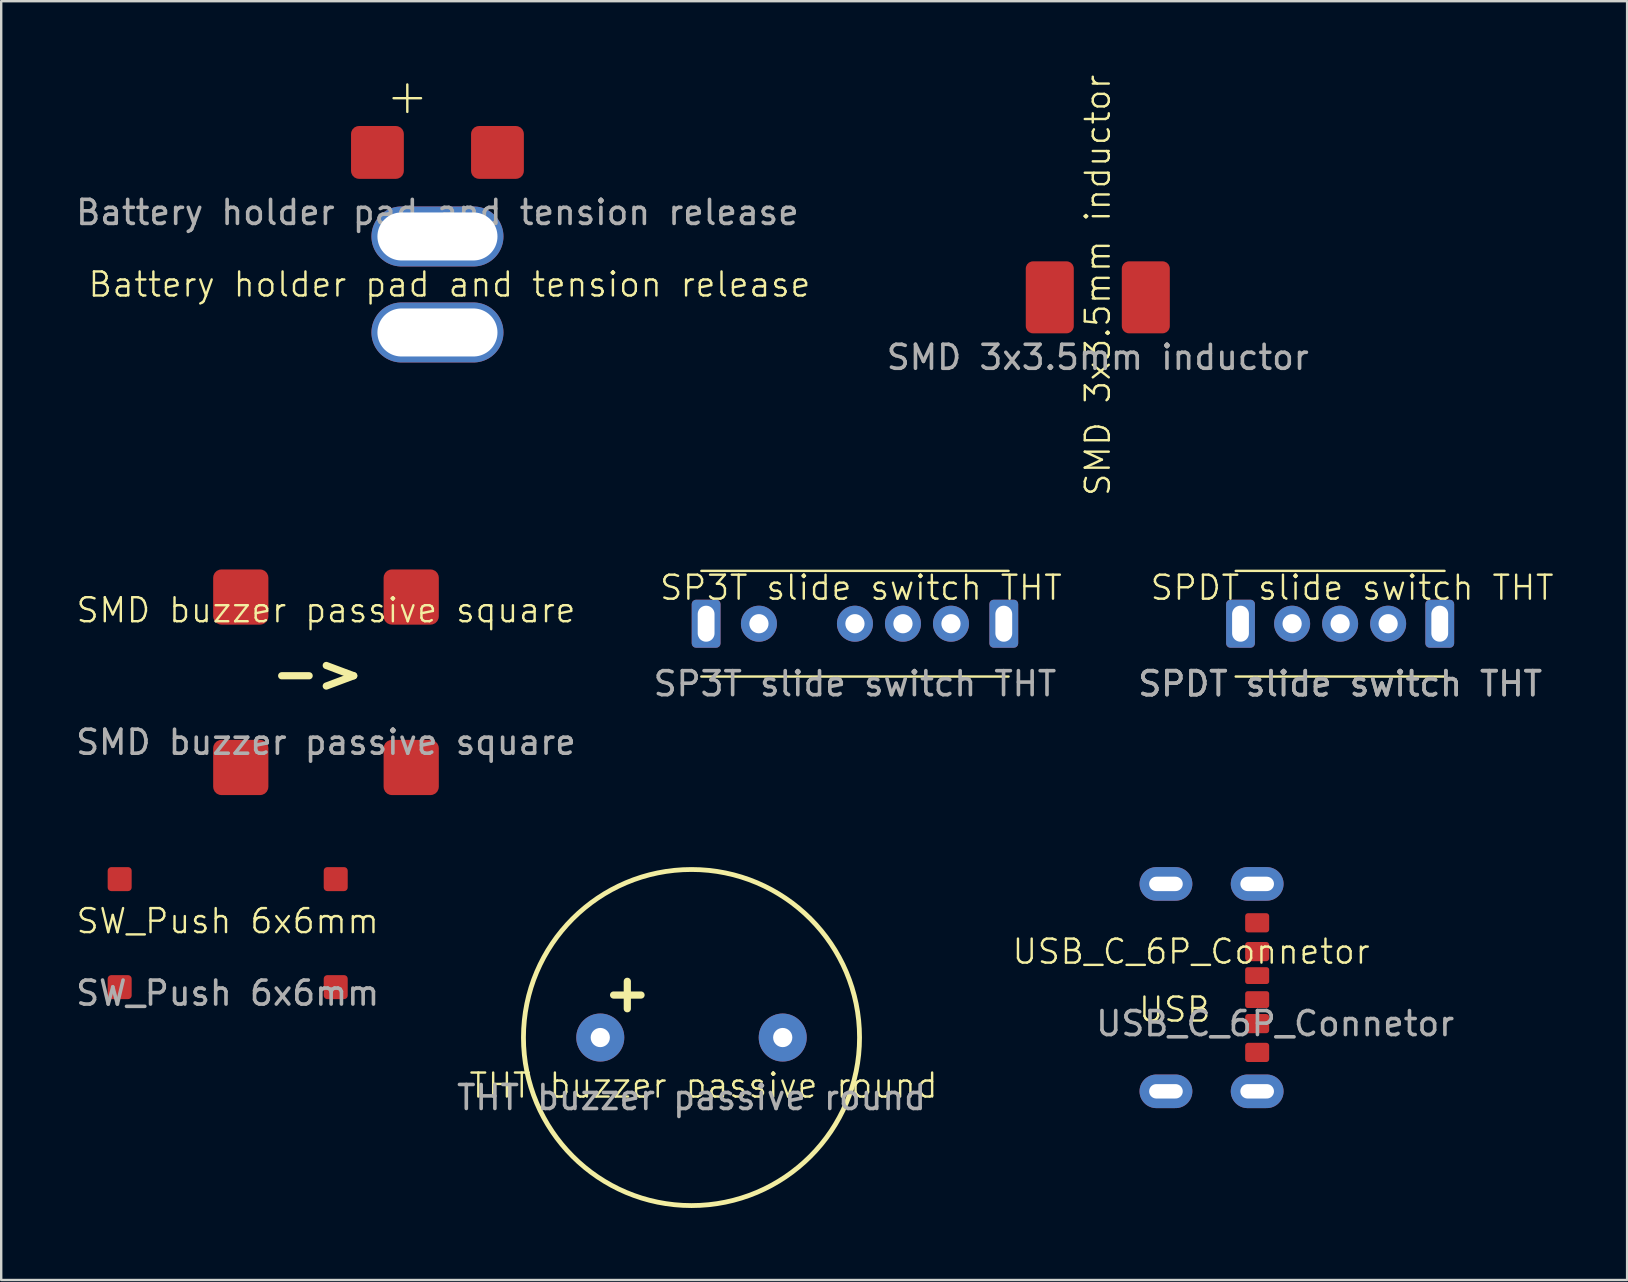
<source format=kicad_pcb>
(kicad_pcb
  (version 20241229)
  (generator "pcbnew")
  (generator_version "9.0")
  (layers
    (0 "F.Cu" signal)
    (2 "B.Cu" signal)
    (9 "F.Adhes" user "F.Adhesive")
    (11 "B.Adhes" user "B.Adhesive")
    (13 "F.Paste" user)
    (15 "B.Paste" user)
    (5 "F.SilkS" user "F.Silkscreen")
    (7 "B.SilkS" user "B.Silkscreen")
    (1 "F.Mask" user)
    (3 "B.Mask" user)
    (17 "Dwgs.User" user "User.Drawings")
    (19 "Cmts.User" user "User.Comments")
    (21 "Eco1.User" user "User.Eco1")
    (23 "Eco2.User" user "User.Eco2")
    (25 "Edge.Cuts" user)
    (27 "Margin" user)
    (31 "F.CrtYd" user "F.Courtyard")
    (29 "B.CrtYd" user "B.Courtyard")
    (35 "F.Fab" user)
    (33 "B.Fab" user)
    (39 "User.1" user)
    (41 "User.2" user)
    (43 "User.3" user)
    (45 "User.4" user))
  (footprint "SMD 3x3.5mm inductor"
    (layer "F.Cu")
    (at 42.681 9.336)
    (property "Reference" "SMD 3x3.5mm inductor" (at 0 -0.5 90) (unlocked yes) (layer "F.SilkS") (effects (font (size 1 1) (thickness 0.1))))
    (attr smd)
    (fp_text user "${REFERENCE}" (at 0 2.5 0) (unlocked yes) (layer "F.Fab") (effects (font (size 1 1) (thickness 0.15))))
    (pad "1" smd roundrect (at -2 0) (size 2 3) (layers "F.Cu" "F.Mask" "F.Paste") (roundrect_rratio 0.15))
    (pad "2" smd roundrect (at 2 0) (size 2 3) (layers "F.Cu" "F.Mask" "F.Paste") (roundrect_rratio 0.15)))
  (footprint "SP3T slide switch THT"
    (layer "F.Cu")
    (at 32.565 22.932)
    (property "Reference" "SP3T slide switch THT" (at 0.25 -1.5 0) (unlocked yes) (layer "F.SilkS") (effects (font (size 1 1) (thickness 0.1))))
    (attr smd)
    (fp_line (start 6.4 -2.2) (end -6.4 -2.2) (stroke (width 0.1) (type solid)) (layer "F.SilkS"))
    (fp_line (start 6.4 2.2) (end -6.4 2.2) (stroke (width 0.1) (type solid)) (layer "F.SilkS"))
    (fp_text user "${REFERENCE}" (at 0 2.5 0) (unlocked yes) (layer "F.Fab") (effects (font (size 1 1) (thickness 0.15))))
    (pad "" thru_hole roundrect (at -6.2 0) (size 1.2 2) (drill oval 0.7 1.5) (layers "*.Cu" "*.Mask") (roundrect_rratio 0.15))
    (pad "" thru_hole roundrect (at 6.2 0) (size 1.2 2) (drill oval 0.7 1.5) (layers "*.Cu" "*.Mask") (roundrect_rratio 0.15))
    (pad "1" thru_hole circle (at 4 0) (size 1.5 1.5) (drill 0.8) (layers "*.Cu" "*.Mask"))
    (pad "2" thru_hole circle (at 2 0) (size 1.5 1.5) (drill 0.8) (layers "*.Cu" "*.Mask"))
    (pad "3" thru_hole circle (at 0 0) (size 1.5 1.5) (drill 0.8) (layers "*.Cu" "*.Mask"))
    (pad "4" thru_hole circle (at -4 0) (size 1.5 1.5) (drill 0.8) (layers "*.Cu" "*.Mask")))
  (footprint "SPDT slide switch THT"
    (layer "F.Cu")
    (at 52.776 22.932)
    (property "Reference" "SPDT slide switch THT" (at 0.5 -1.5 0) (unlocked yes) (layer "F.SilkS") (effects (font (size 1 1) (thickness 0.1))))
    (attr smd)
    (fp_line (start 4.35 -2.2) (end -4.35 -2.2) (stroke (width 0.1) (type solid)) (layer "F.SilkS"))
    (fp_line (start 4.35 2.2) (end -4.35 2.2) (stroke (width 0.1) (type solid)) (layer "F.SilkS"))
    (fp_text user "${REFERENCE}" (at 0 2.5 0) (unlocked yes) (layer "F.Fab") (effects (font (size 1 1) (thickness 0.15))))
    (fp_text user "${REFERENCE}" (at 0 2.5 0) (unlocked yes) (layer "F.Fab") (effects (font (size 1 1) (thickness 0.15))))
    (pad "" thru_hole roundrect (at -4.15 0) (size 1.2 2) (drill oval 0.7 1.5) (layers "*.Cu" "*.Mask") (roundrect_rratio 0.15))
    (pad "" thru_hole roundrect (at 4.15 0) (size 1.2 2) (drill oval 0.7 1.5) (layers "*.Cu" "*.Mask") (roundrect_rratio 0.15))
    (pad "1" thru_hole circle (at -2 0) (size 1.5 1.5) (drill 0.8) (layers "*.Cu" "*.Mask"))
    (pad "2" thru_hole circle (at 0 0) (size 1.5 1.5) (drill 0.8) (layers "*.Cu" "*.Mask"))
    (pad "3" thru_hole circle (at 2 0) (size 1.5 1.5) (drill 0.8) (layers "*.Cu" "*.Mask")))
  (footprint "Battery holder pad and tension release"
    (layer "F.Cu")
    (at 15.173 3.3)
    (property "Reference" "Battery holder pad and tension release" (at 0.5 5.5 0) (unlocked yes) (layer "F.SilkS") (effects (font (size 1 1) (thickness 0.1))))
    (attr smd)
    (fp_text user "+" (at -2.25 -1.5 0) (unlocked yes) (layer "F.SilkS") (effects (font (size 1.5 1.5) (thickness 0.1)) (justify left bottom)))
    (fp_text user "${REFERENCE}" (at 0 2.5 0) (unlocked yes) (layer "F.Fab") (effects (font (size 1 1) (thickness 0.15))))
    (pad "" np_thru_hole oval (at 0 3.5) (size 5.5 2.5) (drill oval 5 2) (layers "*.Cu" "*.Mask"))
    (pad "" np_thru_hole oval (at 0 7.5) (size 5.5 2.5) (drill oval 5 2) (layers "*.Cu" "*.Mask"))
    (pad "1" smd roundrect (at -2.5 0) (size 2.2 2.2) (layers "F.Cu" "F.Mask" "F.Paste") (roundrect_rratio 0.15))
    (pad "2" smd roundrect (at 2.5 0) (size 2.2 2.2) (layers "F.Cu" "F.Mask" "F.Paste") (roundrect_rratio 0.15)))
  (footprint "SMD buzzer passive square"
    (layer "F.Cu")
    (at 10.53 25.371)
    (property "Reference" "SMD buzzer passive square" (at 0 -3 0) (unlocked yes) (layer "F.SilkS") (effects (font (size 1 1) (thickness 0.1))))
    (attr smd)
    (fp_text user "->" (at -2.4 0.5 0) (unlocked yes) (layer "F.SilkS") (effects (font (size 1.5 1.5) (thickness 0.3) (bold yes)) (justify left bottom)))
    (fp_text user "${REFERENCE}" (at 0 2.5 0) (unlocked yes) (layer "F.Fab") (effects (font (size 1 1) (thickness 0.15))))
    (pad "" smd roundrect (at 3.55 -3.55) (size 2.3 2.3) (layers "F.Cu" "F.Mask" "F.Paste") (roundrect_rratio 0.15))
    (pad "" smd roundrect (at 3.55 3.55) (size 2.3 2.3) (layers "F.Cu" "F.Mask" "F.Paste") (roundrect_rratio 0.15))
    (pad "1" smd roundrect (at -3.55 -3.55) (size 2.3 2.3) (layers "F.Cu" "F.Mask" "F.Paste") (roundrect_rratio 0.15))
    (pad "2" smd roundrect (at -3.55 3.55) (size 2.3 2.3) (layers "F.Cu" "F.Mask" "F.Paste") (roundrect_rratio 0.15)))
  (footprint "THT buzzer passive round"
    (layer "F.Cu")
    (at 25.756 40.171)
    (property "Reference" "THT buzzer passive round" (at 0.5 2 0) (unlocked yes) (layer "F.SilkS") (effects (font (size 1 1) (thickness 0.1))))
    (attr smd)
    (fp_circle (center 0 0) (end 7 0) (stroke (width 0.2) (type solid)) (fill no) (layer "F.SilkS"))
    (fp_text user "+" (at -3.8 -1 0) (unlocked yes) (layer "F.SilkS") (effects (font (size 1.5 1.5) (thickness 0.3) (bold yes)) (justify left bottom)))
    (fp_text user "${REFERENCE}" (at 0 2.5 0) (unlocked yes) (layer "F.Fab") (effects (font (size 1 1) (thickness 0.15))))
    (pad "1" thru_hole circle (at -3.8 0) (size 2 2) (drill 0.8) (layers "*.Cu" "*.Mask"))
    (pad "2" thru_hole circle (at 3.8 0) (size 2 2) (drill 0.8) (layers "*.Cu" "*.Mask")))
  (footprint "SW_Push 6x6mm"
    (layer "F.Cu")
    (at 6.435 35.821)
    (property "Reference" "SW_Push 6x6mm" (at 0 -0.5 0) (unlocked yes) (layer "F.SilkS") (effects (font (size 1 1) (thickness 0.1))))
    (attr smd)
    (fp_text user "${REFERENCE}" (at 0 2.5 0) (unlocked yes) (layer "F.Fab") (effects (font (size 1 1) (thickness 0.15))))
    (pad "1" smd roundrect (at -4.5 -2.25) (size 1 1) (layers "F.Cu" "F.Mask" "F.Paste") (roundrect_rratio 0.15))
    (pad "1" smd roundrect (at 4.5 -2.25) (size 1 1) (layers "F.Cu" "F.Mask" "F.Paste") (roundrect_rratio 0.15))
    (pad "2" smd roundrect (at -4.5 2.25) (size 1 1) (layers "F.Cu" "F.Mask" "F.Paste") (roundrect_rratio 0.15))
    (pad "2" smd roundrect (at 4.5 2.25) (size 1 1) (layers "F.Cu" "F.Mask" "F.Paste") (roundrect_rratio 0.15)))
  (footprint "USB_C_6P_Connetor"
    (layer "F.Cu")
    (at 49.32 38.091)
    (property "Reference" "USB_C_6P_Connetor" (at -2.75 -1.5 0) (unlocked yes) (layer "F.SilkS") (effects (font (size 1 1) (thickness 0.1))))
    (attr smd)
    (fp_text user "USB" (at -5 1.5 0) (unlocked yes) (layer "F.SilkS") (effects (font (size 1 1) (thickness 0.1)) (justify left bottom)))
    (fp_text user "${REFERENCE}" (at 0.75 1.5 0) (unlocked yes) (layer "F.Fab") (effects (font (size 1 1) (thickness 0.15))))
    (pad "1" smd roundrect (at 0 -1.5) (size 1 0.8) (layers "F.Cu" "F.Mask" "F.Paste") (roundrect_rratio 0.15))
    (pad "1" smd roundrect (at 0 1.5) (size 1 0.8) (layers "F.Cu" "F.Mask" "F.Paste") (roundrect_rratio 0.15))
    (pad "2" smd roundrect (at 0 -0.5) (size 1 0.7) (layers "F.Cu" "F.Mask" "F.Paste") (roundrect_rratio 0.15))
    (pad "3" smd roundrect (at 0 0.5) (size 1 0.7) (layers "F.Cu" "F.Mask" "F.Paste") (roundrect_rratio 0.15))
    (pad "4" thru_hole oval (at -3.8 -4.32) (size 2.2 1.4) (drill oval 1.4 0.6) (layers "*.Cu" "*.Mask"))
    (pad "4" thru_hole oval (at -3.8 4.32) (size 2.2 1.4) (drill oval 1.4 0.6) (layers "*.Cu" "*.Mask"))
    (pad "4" thru_hole oval (at 0 -4.32) (size 2.2 1.4) (drill oval 1.4 0.6) (layers "*.Cu" "*.Mask"))
    (pad "4" smd roundrect (at 0 -2.7) (size 1 0.8) (layers "F.Cu" "F.Mask" "F.Paste") (roundrect_rratio 0.15))
    (pad "4" smd roundrect (at 0 2.7) (size 1 0.8) (layers "F.Cu" "F.Mask" "F.Paste") (roundrect_rratio 0.15))
    (pad "4" thru_hole oval (at 0 4.32) (size 2.2 1.4) (drill oval 1.4 0.6) (layers "*.Cu" "*.Mask")))
  (gr_rect
    (start -3 -3)
    (end 64.731 50.271)
    (stroke (width 0.1) (type default))
    (fill no)
    (layer "Edge.Cuts")))
</source>
